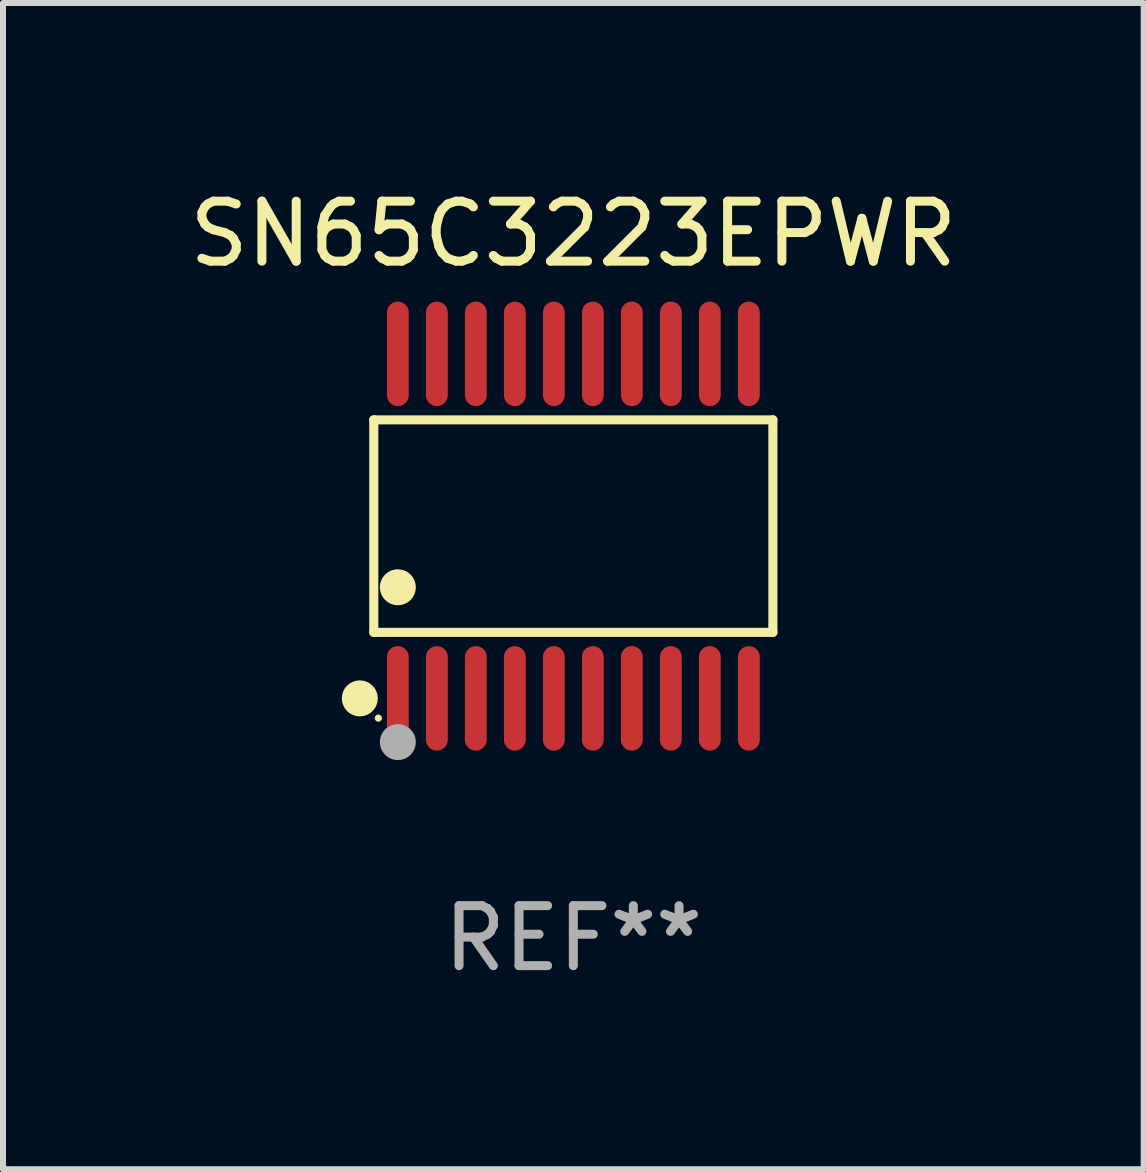
<source format=kicad_pcb>
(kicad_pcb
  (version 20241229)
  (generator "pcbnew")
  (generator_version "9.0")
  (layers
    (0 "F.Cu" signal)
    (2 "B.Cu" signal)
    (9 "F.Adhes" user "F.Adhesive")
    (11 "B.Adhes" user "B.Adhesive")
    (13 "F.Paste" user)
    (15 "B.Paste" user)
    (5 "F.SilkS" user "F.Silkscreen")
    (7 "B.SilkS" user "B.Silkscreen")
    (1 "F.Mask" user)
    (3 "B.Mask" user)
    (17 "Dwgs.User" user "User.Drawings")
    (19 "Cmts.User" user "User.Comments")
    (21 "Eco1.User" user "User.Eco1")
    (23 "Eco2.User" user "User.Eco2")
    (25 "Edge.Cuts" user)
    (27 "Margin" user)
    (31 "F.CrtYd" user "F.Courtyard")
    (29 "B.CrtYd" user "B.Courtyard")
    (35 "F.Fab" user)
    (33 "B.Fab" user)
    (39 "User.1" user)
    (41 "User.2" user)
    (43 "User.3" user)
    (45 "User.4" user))
  (footprint "SN65C3223EPWR"
    (layer "F.Cu")
    (at 6.506 5.719)
    (property "Reference" "SN65C3223EPWR" (at 0 -4.871 0) (layer "F.SilkS") (effects (font (size 1 1) (thickness 0.15))))
    (attr through_hole)
    (fp_line (start -3.326 -1.771) (end 3.326 -1.771) (stroke (width 0.152) (type solid)) (layer "F.SilkS"))
    (fp_line (start -3.326 1.771) (end -3.326 -1.771) (stroke (width 0.152) (type solid)) (layer "F.SilkS"))
    (fp_line (start 3.326 -1.771) (end 3.326 1.771) (stroke (width 0.152) (type solid)) (layer "F.SilkS"))
    (fp_line (start 3.326 1.771) (end -3.326 1.771) (stroke (width 0.152) (type solid)) (layer "F.SilkS"))
    (fp_circle (center -3.559 2.871) (end -3.409 2.871) (stroke (width 0.3) (type solid)) (fill no) (layer "F.SilkS"))
    (fp_circle (center -3.25 3.2) (end -3.22 3.2) (stroke (width 0.06) (type solid)) (fill no) (layer "F.SilkS"))
    (fp_circle (center -2.925 1.019) (end -2.775 1.019) (stroke (width 0.3) (type solid)) (fill no) (layer "F.SilkS"))
    (fp_circle (center -2.925 3.6) (end -2.775 3.6) (stroke (width 0.3) (type solid)) (fill no) (layer "F.Fab"))
    (fp_text user "REF**" (at 0 6.871 0) (layer "F.Fab") (effects (font (size 1 1) (thickness 0.15))))
    (pad "1" smd oval (at -2.925 2.871) (size 0.364 1.742) (layers "F.Cu" "F.Mask" "F.Paste"))
    (pad "2" smd oval (at -2.275 2.871) (size 0.364 1.742) (layers "F.Cu" "F.Mask" "F.Paste"))
    (pad "3" smd oval (at -1.625 2.871) (size 0.364 1.742) (layers "F.Cu" "F.Mask" "F.Paste"))
    (pad "4" smd oval (at -0.975 2.871) (size 0.364 1.742) (layers "F.Cu" "F.Mask" "F.Paste"))
    (pad "5" smd oval (at -0.325 2.871) (size 0.364 1.742) (layers "F.Cu" "F.Mask" "F.Paste"))
    (pad "6" smd oval (at 0.325 2.871) (size 0.364 1.742) (layers "F.Cu" "F.Mask" "F.Paste"))
    (pad "7" smd oval (at 0.975 2.871) (size 0.364 1.742) (layers "F.Cu" "F.Mask" "F.Paste"))
    (pad "8" smd oval (at 1.625 2.871) (size 0.364 1.742) (layers "F.Cu" "F.Mask" "F.Paste"))
    (pad "9" smd oval (at 2.275 2.871) (size 0.364 1.742) (layers "F.Cu" "F.Mask" "F.Paste"))
    (pad "10" smd oval (at 2.925 2.871) (size 0.364 1.742) (layers "F.Cu" "F.Mask" "F.Paste"))
    (pad "11" smd oval (at 2.925 -2.871) (size 0.364 1.742) (layers "F.Cu" "F.Mask" "F.Paste"))
    (pad "12" smd oval (at 2.275 -2.871) (size 0.364 1.742) (layers "F.Cu" "F.Mask" "F.Paste"))
    (pad "13" smd oval (at 1.625 -2.871) (size 0.364 1.742) (layers "F.Cu" "F.Mask" "F.Paste"))
    (pad "14" smd oval (at 0.975 -2.871) (size 0.364 1.742) (layers "F.Cu" "F.Mask" "F.Paste"))
    (pad "15" smd oval (at 0.325 -2.871) (size 0.364 1.742) (layers "F.Cu" "F.Mask" "F.Paste"))
    (pad "16" smd oval (at -0.325 -2.871) (size 0.364 1.742) (layers "F.Cu" "F.Mask" "F.Paste"))
    (pad "17" smd oval (at -0.975 -2.871) (size 0.364 1.742) (layers "F.Cu" "F.Mask" "F.Paste"))
    (pad "18" smd oval (at -1.625 -2.871) (size 0.364 1.742) (layers "F.Cu" "F.Mask" "F.Paste"))
    (pad "19" smd oval (at -2.275 -2.871) (size 0.364 1.742) (layers "F.Cu" "F.Mask" "F.Paste"))
    (pad "20" smd oval (at -2.925 -2.871) (size 0.364 1.742) (layers "F.Cu" "F.Mask" "F.Paste")))
  (gr_rect
    (start -3 -3)
    (end 16.012 16.438)
    (stroke (width 0.1) (type default))
    (fill no)
    (layer "Edge.Cuts")))
</source>
